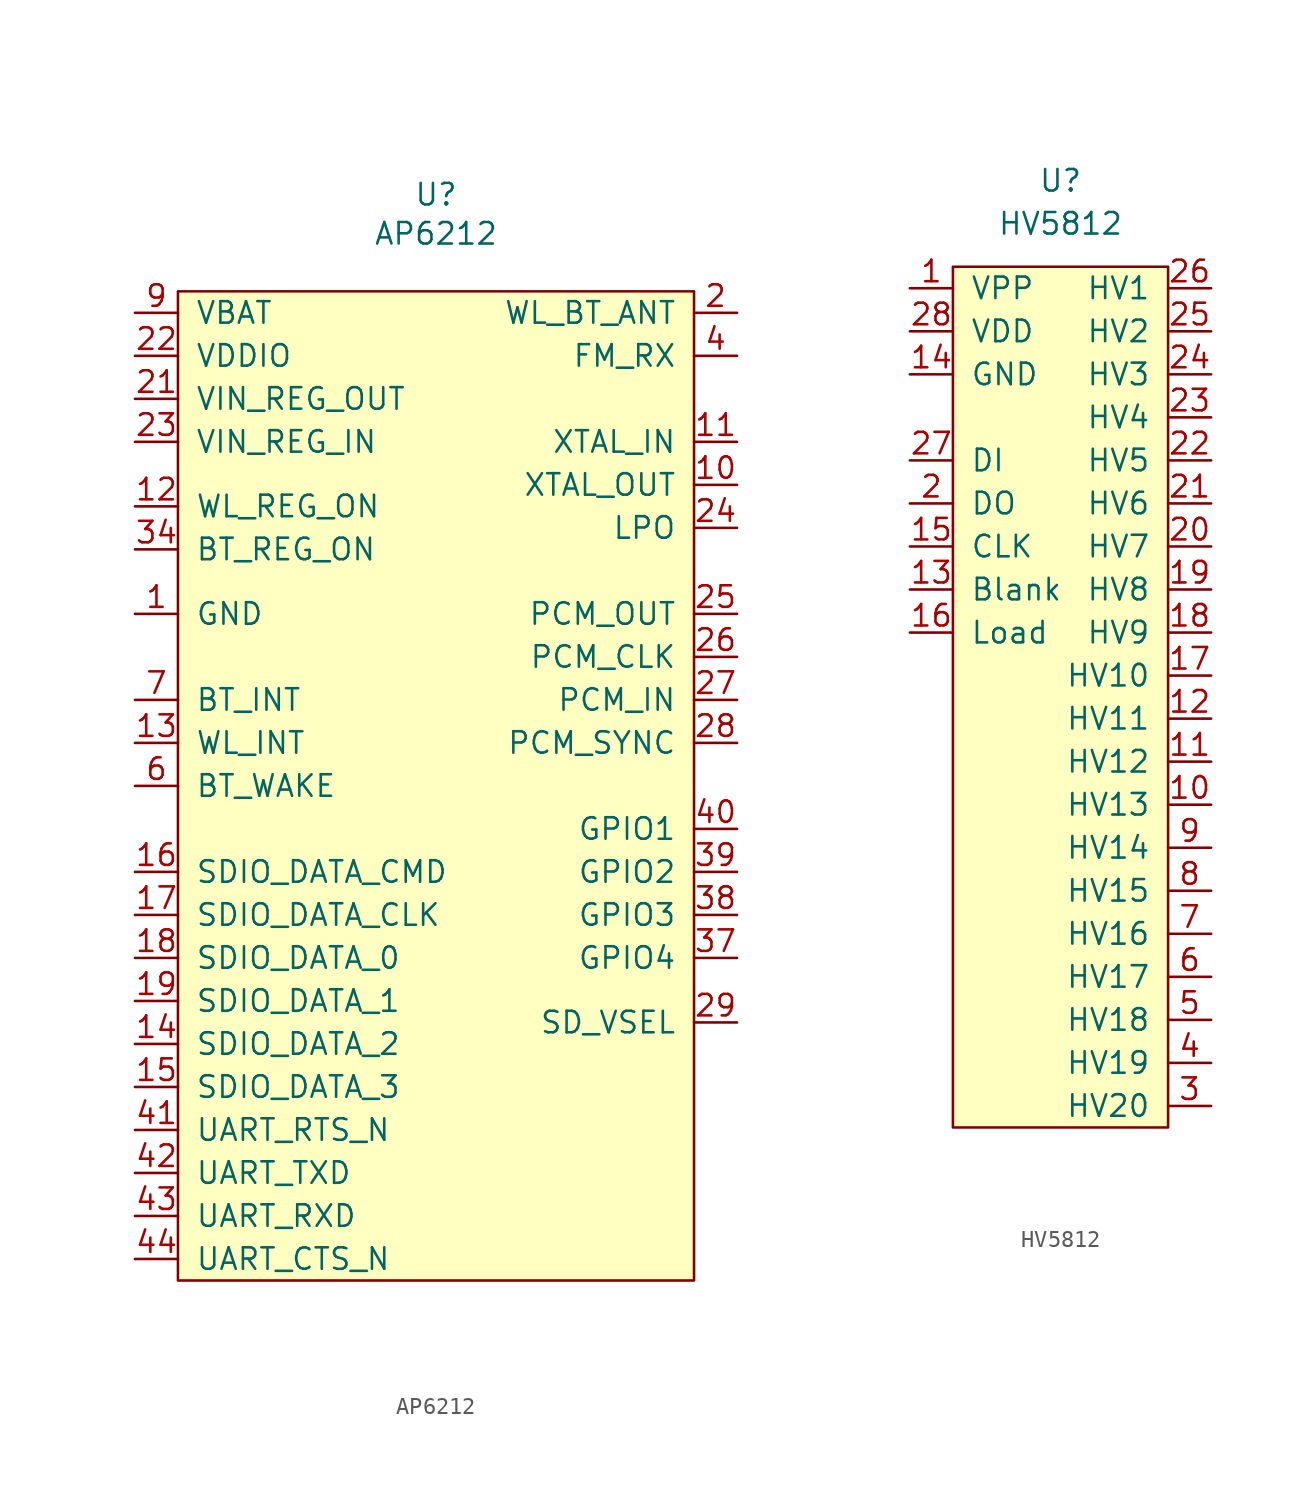
<source format=kicad_sym>
(kicad_symbol_lib
  (version 20211014)
  (generator kicad_symbol_editor)
  (symbol "AP6212"
    (pin_names
      (offset 1.016))
    (property "Reference" "U"
      (at 0 34.925 0)
      (effects (font (size 1.27 1.27))))
    (property "Value" "AP6212"
      (at 0 32.614 0)
      (effects (font (size 1.27 1.27))))
    (symbol "AP6212_0_1"
      (rectangle (start -15.24 29.21) (end 15.24 -29.21) (stroke (width 0) (type default) (color 0 0 0 0)) (fill (type background))))
    (symbol "AP6212_1_1"
      (pin power_in line (at -17.78 10.16 0) (length 2.54) (name "GND" (effects (font (size 1.27 1.27)))) (number "1" (effects (font (size 1.27 1.27)))))
      (pin output line (at 17.78 17.78 180) (length 2.54) (name "XTAL_OUT" (effects (font (size 1.27 1.27)))) (number "10" (effects (font (size 1.27 1.27)))))
      (pin input line (at 17.78 20.32 180) (length 2.54) (name "XTAL_IN" (effects (font (size 1.27 1.27)))) (number "11" (effects (font (size 1.27 1.27)))))
      (pin input line (at -17.78 16.51 0) (length 2.54) (name "WL_REG_ON" (effects (font (size 1.27 1.27)))) (number "12" (effects (font (size 1.27 1.27)))))
      (pin output line (at -17.78 2.54 0) (length 2.54) (name "WL_INT" (effects (font (size 1.27 1.27)))) (number "13" (effects (font (size 1.27 1.27)))))
      (pin bidirectional line (at -17.78 -15.24 0) (length 2.54) (name "SDIO_DATA_2" (effects (font (size 1.27 1.27)))) (number "14" (effects (font (size 1.27 1.27)))))
      (pin bidirectional line (at -17.78 -17.78 0) (length 2.54) (name "SDIO_DATA_3" (effects (font (size 1.27 1.27)))) (number "15" (effects (font (size 1.27 1.27)))))
      (pin bidirectional line (at -17.78 -5.08 0) (length 2.54) (name "SDIO_DATA_CMD" (effects (font (size 1.27 1.27)))) (number "16" (effects (font (size 1.27 1.27)))))
      (pin bidirectional line (at -17.78 -7.62 0) (length 2.54) (name "SDIO_DATA_CLK" (effects (font (size 1.27 1.27)))) (number "17" (effects (font (size 1.27 1.27)))))
      (pin bidirectional line (at -17.78 -10.16 0) (length 2.54) (name "SDIO_DATA_0" (effects (font (size 1.27 1.27)))) (number "18" (effects (font (size 1.27 1.27)))))
      (pin bidirectional line (at -17.78 -12.7 0) (length 2.54) (name "SDIO_DATA_1" (effects (font (size 1.27 1.27)))) (number "19" (effects (font (size 1.27 1.27)))))
      (pin bidirectional line (at 17.78 27.94 180) (length 2.54) (name "WL_BT_ANT" (effects (font (size 1.27 1.27)))) (number "2" (effects (font (size 1.27 1.27)))))
      (pin power_in line (at -17.78 10.16 0) (length 2.54) hide (name "GND" (effects (font (size 1.27 1.27)))) (number "20" (effects (font (size 1.27 1.27)))))
      (pin power_out line (at -17.78 22.86 0) (length 2.54) (name "VIN_REG_OUT" (effects (font (size 1.27 1.27)))) (number "21" (effects (font (size 1.27 1.27)))))
      (pin power_in line (at -17.78 25.4 0) (length 2.54) (name "VDDIO" (effects (font (size 1.27 1.27)))) (number "22" (effects (font (size 1.27 1.27)))))
      (pin power_out line (at -17.78 20.32 0) (length 2.54) (name "VIN_REG_IN" (effects (font (size 1.27 1.27)))) (number "23" (effects (font (size 1.27 1.27)))))
      (pin input line (at 17.78 15.24 180) (length 2.54) (name "LPO" (effects (font (size 1.27 1.27)))) (number "24" (effects (font (size 1.27 1.27)))))
      (pin output line (at 17.78 10.16 180) (length 2.54) (name "PCM_OUT" (effects (font (size 1.27 1.27)))) (number "25" (effects (font (size 1.27 1.27)))))
      (pin bidirectional line (at 17.78 7.62 180) (length 2.54) (name "PCM_CLK" (effects (font (size 1.27 1.27)))) (number "26" (effects (font (size 1.27 1.27)))))
      (pin input line (at 17.78 5.08 180) (length 2.54) (name "PCM_IN" (effects (font (size 1.27 1.27)))) (number "27" (effects (font (size 1.27 1.27)))))
      (pin bidirectional line (at 17.78 2.54 180) (length 2.54) (name "PCM_SYNC" (effects (font (size 1.27 1.27)))) (number "28" (effects (font (size 1.27 1.27)))))
      (pin input line (at 17.78 -13.97 180) (length 2.54) (name "SD_VSEL" (effects (font (size 1.27 1.27)))) (number "29" (effects (font (size 1.27 1.27)))))
      (pin power_in line (at -17.78 10.16 0) (length 2.54) hide (name "GND" (effects (font (size 1.27 1.27)))) (number "3" (effects (font (size 1.27 1.27)))))
      (pin no_connect line (at 12.7 -22.86 0) (length 2.54) hide (name "NC" (effects (font (size 1.27 1.27)))) (number "30" (effects (font (size 1.27 1.27)))))
      (pin power_in line (at -17.78 10.16 0) (length 2.54) hide (name "GND" (effects (font (size 1.27 1.27)))) (number "31" (effects (font (size 1.27 1.27)))))
      (pin no_connect line (at 12.7 -25.4 0) (length 2.54) hide (name "NC" (effects (font (size 1.27 1.27)))) (number "32" (effects (font (size 1.27 1.27)))))
      (pin power_in line (at -17.78 10.16 0) (length 2.54) hide (name "GND" (effects (font (size 1.27 1.27)))) (number "33" (effects (font (size 1.27 1.27)))))
      (pin input line (at -17.78 13.97 0) (length 2.54) (name "BT_REG_ON" (effects (font (size 1.27 1.27)))) (number "34" (effects (font (size 1.27 1.27)))))
      (pin no_connect line (at 12.7 -27.94 0) (length 2.54) hide (name "NC" (effects (font (size 1.27 1.27)))) (number "35" (effects (font (size 1.27 1.27)))))
      (pin power_in line (at -17.78 10.16 0) (length 2.54) hide (name "GND" (effects (font (size 1.27 1.27)))) (number "36" (effects (font (size 1.27 1.27)))))
      (pin bidirectional line (at 17.78 -10.16 180) (length 2.54) (name "GPIO4" (effects (font (size 1.27 1.27)))) (number "37" (effects (font (size 1.27 1.27)))))
      (pin bidirectional line (at 17.78 -7.62 180) (length 2.54) (name "GPIO3" (effects (font (size 1.27 1.27)))) (number "38" (effects (font (size 1.27 1.27)))))
      (pin bidirectional line (at 17.78 -5.08 180) (length 2.54) (name "GPIO2" (effects (font (size 1.27 1.27)))) (number "39" (effects (font (size 1.27 1.27)))))
      (pin input line (at 17.78 25.4 180) (length 2.54) (name "FM_RX" (effects (font (size 1.27 1.27)))) (number "4" (effects (font (size 1.27 1.27)))))
      (pin bidirectional line (at 17.78 -2.54 180) (length 2.54) (name "GPIO1" (effects (font (size 1.27 1.27)))) (number "40" (effects (font (size 1.27 1.27)))))
      (pin output line (at -17.78 -20.32 0) (length 2.54) (name "UART_RTS_N" (effects (font (size 1.27 1.27)))) (number "41" (effects (font (size 1.27 1.27)))))
      (pin output line (at -17.78 -22.86 0) (length 2.54) (name "UART_TXD" (effects (font (size 1.27 1.27)))) (number "42" (effects (font (size 1.27 1.27)))))
      (pin input line (at -17.78 -25.4 0) (length 2.54) (name "UART_RXD" (effects (font (size 1.27 1.27)))) (number "43" (effects (font (size 1.27 1.27)))))
      (pin input line (at -17.78 -27.94 0) (length 2.54) (name "UART_CTS_N" (effects (font (size 1.27 1.27)))) (number "44" (effects (font (size 1.27 1.27)))))
      (pin no_connect line (at 12.7 -17.78 0) (length 2.54) hide (name "NC" (effects (font (size 1.27 1.27)))) (number "5" (effects (font (size 1.27 1.27)))))
      (pin input line (at -17.78 0 0) (length 2.54) (name "BT_WAKE" (effects (font (size 1.27 1.27)))) (number "6" (effects (font (size 1.27 1.27)))))
      (pin output line (at -17.78 5.08 0) (length 2.54) (name "BT_INT" (effects (font (size 1.27 1.27)))) (number "7" (effects (font (size 1.27 1.27)))))
      (pin no_connect line (at 12.7 -20.32 0) (length 2.54) hide (name "NC" (effects (font (size 1.27 1.27)))) (number "8" (effects (font (size 1.27 1.27)))))
      (pin power_in line (at -17.78 27.94 0) (length 2.54) (name "VBAT" (effects (font (size 1.27 1.27)))) (number "9" (effects (font (size 1.27 1.27)))))))
  (symbol "HV5812"
    (pin_names
      (offset 1.016))
    (property "Reference" "U"
      (at 0 30.48 0)
      (effects (font (size 1.27 1.27))))
    (property "Value" "HV5812"
      (at 0 27.94 0)
      (effects (font (size 1.27 1.27))))
    (symbol "HV5812_0_1"
      (rectangle (start -6.35 25.4) (end 6.35 -25.4) (stroke (width 0) (type default) (color 0 0 0 0)) (fill (type background))))
    (symbol "HV5812_1_1"
      (pin power_in line (at -8.89 24.13 0) (length 2.54) (name "VPP" (effects (font (size 1.27 1.27)))) (number "1" (effects (font (size 1.27 1.27)))))
      (pin output line (at 8.89 -6.35 180) (length 2.54) (name "HV13" (effects (font (size 1.27 1.27)))) (number "10" (effects (font (size 1.27 1.27)))))
      (pin output line (at 8.89 -3.81 180) (length 2.54) (name "HV12" (effects (font (size 1.27 1.27)))) (number "11" (effects (font (size 1.27 1.27)))))
      (pin output line (at 8.89 -1.27 180) (length 2.54) (name "HV11" (effects (font (size 1.27 1.27)))) (number "12" (effects (font (size 1.27 1.27)))))
      (pin input line (at -8.89 6.35 0) (length 2.54) (name "Blank" (effects (font (size 1.27 1.27)))) (number "13" (effects (font (size 1.27 1.27)))))
      (pin power_in line (at -8.89 19.05 0) (length 2.54) (name "GND" (effects (font (size 1.27 1.27)))) (number "14" (effects (font (size 1.27 1.27)))))
      (pin input line (at -8.89 8.89 0) (length 2.54) (name "CLK" (effects (font (size 1.27 1.27)))) (number "15" (effects (font (size 1.27 1.27)))))
      (pin input line (at -8.89 3.81 0) (length 2.54) (name "Load" (effects (font (size 1.27 1.27)))) (number "16" (effects (font (size 1.27 1.27)))))
      (pin output line (at 8.89 1.27 180) (length 2.54) (name "HV10" (effects (font (size 1.27 1.27)))) (number "17" (effects (font (size 1.27 1.27)))))
      (pin output line (at 8.89 3.81 180) (length 2.54) (name "HV9" (effects (font (size 1.27 1.27)))) (number "18" (effects (font (size 1.27 1.27)))))
      (pin output line (at 8.89 6.35 180) (length 2.54) (name "HV8" (effects (font (size 1.27 1.27)))) (number "19" (effects (font (size 1.27 1.27)))))
      (pin output line (at -8.89 11.43 0) (length 2.54) (name "DO" (effects (font (size 1.27 1.27)))) (number "2" (effects (font (size 1.27 1.27)))))
      (pin output line (at 8.89 8.89 180) (length 2.54) (name "HV7" (effects (font (size 1.27 1.27)))) (number "20" (effects (font (size 1.27 1.27)))))
      (pin output line (at 8.89 11.43 180) (length 2.54) (name "HV6" (effects (font (size 1.27 1.27)))) (number "21" (effects (font (size 1.27 1.27)))))
      (pin output line (at 8.89 13.97 180) (length 2.54) (name "HV5" (effects (font (size 1.27 1.27)))) (number "22" (effects (font (size 1.27 1.27)))))
      (pin output line (at 8.89 16.51 180) (length 2.54) (name "HV4" (effects (font (size 1.27 1.27)))) (number "23" (effects (font (size 1.27 1.27)))))
      (pin output line (at 8.89 19.05 180) (length 2.54) (name "HV3" (effects (font (size 1.27 1.27)))) (number "24" (effects (font (size 1.27 1.27)))))
      (pin output line (at 8.89 21.59 180) (length 2.54) (name "HV2" (effects (font (size 1.27 1.27)))) (number "25" (effects (font (size 1.27 1.27)))))
      (pin output line (at 8.89 24.13 180) (length 2.54) (name "HV1" (effects (font (size 1.27 1.27)))) (number "26" (effects (font (size 1.27 1.27)))))
      (pin input line (at -8.89 13.97 0) (length 2.54) (name "DI" (effects (font (size 1.27 1.27)))) (number "27" (effects (font (size 1.27 1.27)))))
      (pin power_in line (at -8.89 21.59 0) (length 2.54) (name "VDD" (effects (font (size 1.27 1.27)))) (number "28" (effects (font (size 1.27 1.27)))))
      (pin output line (at 8.89 -24.13 180) (length 2.54) (name "HV20" (effects (font (size 1.27 1.27)))) (number "3" (effects (font (size 1.27 1.27)))))
      (pin output line (at 8.89 -21.59 180) (length 2.54) (name "HV19" (effects (font (size 1.27 1.27)))) (number "4" (effects (font (size 1.27 1.27)))))
      (pin output line (at 8.89 -19.05 180) (length 2.54) (name "HV18" (effects (font (size 1.27 1.27)))) (number "5" (effects (font (size 1.27 1.27)))))
      (pin output line (at 8.89 -16.51 180) (length 2.54) (name "HV17" (effects (font (size 1.27 1.27)))) (number "6" (effects (font (size 1.27 1.27)))))
      (pin output line (at 8.89 -13.97 180) (length 2.54) (name "HV16" (effects (font (size 1.27 1.27)))) (number "7" (effects (font (size 1.27 1.27)))))
      (pin output line (at 8.89 -11.43 180) (length 2.54) (name "HV15" (effects (font (size 1.27 1.27)))) (number "8" (effects (font (size 1.27 1.27)))))
      (pin output line (at 8.89 -8.89 180) (length 2.54) (name "HV14" (effects (font (size 1.27 1.27)))) (number "9" (effects (font (size 1.27 1.27))))))))
</source>
